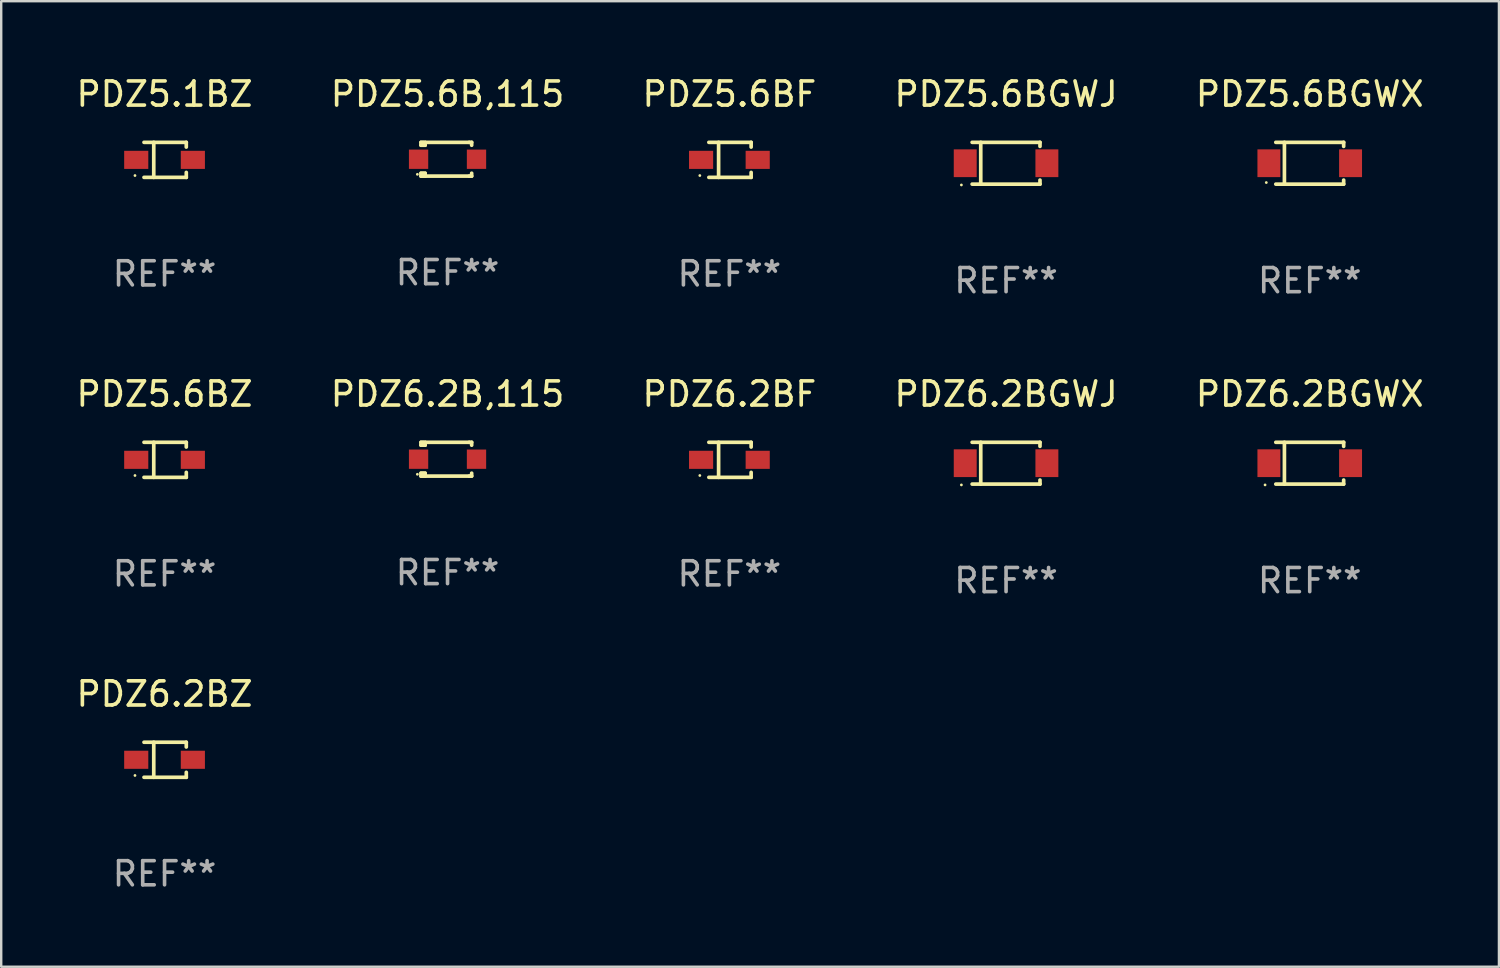
<source format=kicad_pcb>
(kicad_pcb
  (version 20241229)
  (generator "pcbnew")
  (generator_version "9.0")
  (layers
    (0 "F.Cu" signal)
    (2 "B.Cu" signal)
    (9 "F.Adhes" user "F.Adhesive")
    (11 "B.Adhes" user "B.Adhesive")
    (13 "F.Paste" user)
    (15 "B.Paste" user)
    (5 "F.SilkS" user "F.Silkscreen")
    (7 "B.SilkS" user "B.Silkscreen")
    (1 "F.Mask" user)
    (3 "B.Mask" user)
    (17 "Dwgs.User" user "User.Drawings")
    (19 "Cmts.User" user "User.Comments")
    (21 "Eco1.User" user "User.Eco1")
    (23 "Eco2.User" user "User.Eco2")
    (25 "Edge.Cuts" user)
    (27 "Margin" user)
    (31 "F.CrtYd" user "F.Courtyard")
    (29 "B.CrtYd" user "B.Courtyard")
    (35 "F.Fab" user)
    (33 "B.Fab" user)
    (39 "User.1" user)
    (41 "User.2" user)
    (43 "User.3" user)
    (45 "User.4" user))
  (footprint "PDZ5.1BZ"
    (layer "F.Cu")
    (at 3.768 3.574)
    (property "Reference" "PDZ5.1BZ" (at 0 -2.726 0) (layer "F.SilkS") (effects (font (size 1 1) (thickness 0.15))))
    (attr through_hole)
    (fp_line (start -0.851 -0.726) (end 0.901 -0.726) (stroke (width 0.152) (type solid)) (layer "F.SilkS"))
    (fp_line (start -0.851 0.726) (end 0.901 0.726) (stroke (width 0.152) (type solid)) (layer "F.SilkS"))
    (fp_line (start -0.447 -0.726) (end -0.447 0.726) (stroke (width 0.152) (type solid)) (layer "F.SilkS"))
    (fp_line (start 0.901 -0.726) (end 0.901 -0.53) (stroke (width 0.152) (type solid)) (layer "F.SilkS"))
    (fp_line (start 0.901 0.726) (end 0.901 0.52) (stroke (width 0.152) (type solid)) (layer "F.SilkS"))
    (fp_circle (center -1.225 0.65) (end -1.195 0.65) (stroke (width 0.06) (type solid)) (fill no) (layer "F.SilkS"))
    (fp_text user "REF**" (at 0 4.726 0) (layer "F.Fab") (effects (font (size 1 1) (thickness 0.15))))
    (pad "1" smd rect (at -1.173 0) (size 1 0.75) (layers "F.Cu" "F.Mask" "F.Paste"))
    (pad "2" smd rect (at 1.173 0) (size 1 0.75) (layers "F.Cu" "F.Mask" "F.Paste")))
  (footprint "PDZ5.6BF"
    (layer "F.Cu")
    (at 27.173 3.574)
    (property "Reference" "PDZ5.6BF" (at 0 -2.726 0) (layer "F.SilkS") (effects (font (size 1 1) (thickness 0.15))))
    (attr through_hole)
    (fp_line (start -0.851 -0.726) (end 0.901 -0.726) (stroke (width 0.152) (type solid)) (layer "F.SilkS"))
    (fp_line (start -0.851 0.726) (end 0.901 0.726) (stroke (width 0.152) (type solid)) (layer "F.SilkS"))
    (fp_line (start -0.447 -0.726) (end -0.447 0.726) (stroke (width 0.152) (type solid)) (layer "F.SilkS"))
    (fp_line (start 0.901 -0.726) (end 0.901 -0.53) (stroke (width 0.152) (type solid)) (layer "F.SilkS"))
    (fp_line (start 0.901 0.726) (end 0.901 0.52) (stroke (width 0.152) (type solid)) (layer "F.SilkS"))
    (fp_circle (center -1.225 0.65) (end -1.195 0.65) (stroke (width 0.06) (type solid)) (fill no) (layer "F.SilkS"))
    (fp_text user "REF**" (at 0 4.726 0) (layer "F.Fab") (effects (font (size 1 1) (thickness 0.15))))
    (pad "1" smd rect (at -1.173 0) (size 1 0.75) (layers "F.Cu" "F.Mask" "F.Paste"))
    (pad "2" smd rect (at 1.173 0) (size 1 0.75) (layers "F.Cu" "F.Mask" "F.Paste")))
  (footprint "PDZ5.6B,115"
    (layer "F.Cu")
    (at 15.494 3.548)
    (property "Reference" "PDZ5.6B,115" (at 0 -2.7 0) (layer "F.SilkS") (effects (font (size 1 1) (thickness 0.15))))
    (attr through_hole)
    (fp_line (start -1.1 -0.7) (end -1.1 -0.58) (stroke (width 0.152) (type solid)) (layer "F.SilkS"))
    (fp_line (start -1.1 0.58) (end -1.1 0.7) (stroke (width 0.152) (type solid)) (layer "F.SilkS"))
    (fp_line (start -1.1 0.58) (end -0.927 0.58) (stroke (width 0.152) (type solid)) (layer "F.SilkS"))
    (fp_line (start -1.1 0.7) (end 0.9 0.7) (stroke (width 0.152) (type solid)) (layer "F.SilkS"))
    (fp_line (start -1.014 -0.58) (end -1.014 -0.7) (stroke (width 0.152) (type solid)) (layer "F.SilkS"))
    (fp_line (start -1.014 0.7) (end -1.014 0.58) (stroke (width 0.152) (type solid)) (layer "F.SilkS"))
    (fp_line (start -0.927 -0.7) (end -0.927 -0.58) (stroke (width 0.152) (type solid)) (layer "F.SilkS"))
    (fp_line (start -0.927 -0.58) (end -1.1 -0.58) (stroke (width 0.152) (type solid)) (layer "F.SilkS"))
    (fp_line (start -0.927 0.58) (end -0.927 0.7) (stroke (width 0.152) (type solid)) (layer "F.SilkS"))
    (fp_line (start 0.9 -0.7) (end -1.1 -0.7) (stroke (width 0.152) (type solid)) (layer "F.SilkS"))
    (fp_line (start 0.9 0.7) (end 1 0.7) (stroke (width 0.152) (type solid)) (layer "F.SilkS"))
    (fp_line (start 1 -0.7) (end 0.9 -0.7) (stroke (width 0.152) (type solid)) (layer "F.SilkS"))
    (fp_line (start 1 -0.58) (end 1 -0.7) (stroke (width 0.152) (type solid)) (layer "F.SilkS"))
    (fp_line (start 1 0.7) (end 1 0.58) (stroke (width 0.152) (type solid)) (layer "F.SilkS"))
    (fp_circle (center -1.25 0.625) (end -1.22 0.625) (stroke (width 0.06) (type solid)) (fill no) (layer "F.SilkS"))
    (fp_text user "REF**" (at 0 4.7 0) (layer "F.Fab") (effects (font (size 1 1) (thickness 0.15))))
    (pad "1" smd rect (at -1.2 0) (size 0.8 0.8) (layers "F.Cu" "F.Mask" "F.Paste"))
    (pad "2" smd rect (at 1.2 0) (size 0.8 0.8) (layers "F.Cu" "F.Mask" "F.Paste")))
  (footprint "PDZ5.6BZ"
    (layer "F.Cu")
    (at 3.768 16.003)
    (property "Reference" "PDZ5.6BZ" (at 0 -2.726 0) (layer "F.SilkS") (effects (font (size 1 1) (thickness 0.15))))
    (attr through_hole)
    (fp_line (start -0.851 -0.726) (end 0.901 -0.726) (stroke (width 0.152) (type solid)) (layer "F.SilkS"))
    (fp_line (start -0.851 0.726) (end 0.901 0.726) (stroke (width 0.152) (type solid)) (layer "F.SilkS"))
    (fp_line (start -0.447 -0.726) (end -0.447 0.726) (stroke (width 0.152) (type solid)) (layer "F.SilkS"))
    (fp_line (start 0.901 -0.726) (end 0.901 -0.53) (stroke (width 0.152) (type solid)) (layer "F.SilkS"))
    (fp_line (start 0.901 0.726) (end 0.901 0.52) (stroke (width 0.152) (type solid)) (layer "F.SilkS"))
    (fp_circle (center -1.225 0.65) (end -1.195 0.65) (stroke (width 0.06) (type solid)) (fill no) (layer "F.SilkS"))
    (fp_text user "REF**" (at 0 4.726 0) (layer "F.Fab") (effects (font (size 1 1) (thickness 0.15))))
    (pad "1" smd rect (at -1.173 0) (size 1 0.75) (layers "F.Cu" "F.Mask" "F.Paste"))
    (pad "2" smd rect (at 1.173 0) (size 1 0.75) (layers "F.Cu" "F.Mask" "F.Paste")))
  (footprint "PDZ6.2BF"
    (layer "F.Cu")
    (at 27.173 16.003)
    (property "Reference" "PDZ6.2BF" (at 0 -2.726 0) (layer "F.SilkS") (effects (font (size 1 1) (thickness 0.15))))
    (attr through_hole)
    (fp_line (start -0.851 -0.726) (end 0.901 -0.726) (stroke (width 0.152) (type solid)) (layer "F.SilkS"))
    (fp_line (start -0.851 0.726) (end 0.901 0.726) (stroke (width 0.152) (type solid)) (layer "F.SilkS"))
    (fp_line (start -0.447 -0.726) (end -0.447 0.726) (stroke (width 0.152) (type solid)) (layer "F.SilkS"))
    (fp_line (start 0.901 -0.726) (end 0.901 -0.53) (stroke (width 0.152) (type solid)) (layer "F.SilkS"))
    (fp_line (start 0.901 0.726) (end 0.901 0.52) (stroke (width 0.152) (type solid)) (layer "F.SilkS"))
    (fp_circle (center -1.225 0.65) (end -1.195 0.65) (stroke (width 0.06) (type solid)) (fill no) (layer "F.SilkS"))
    (fp_text user "REF**" (at 0 4.726 0) (layer "F.Fab") (effects (font (size 1 1) (thickness 0.15))))
    (pad "1" smd rect (at -1.173 0) (size 1 0.75) (layers "F.Cu" "F.Mask" "F.Paste"))
    (pad "2" smd rect (at 1.173 0) (size 1 0.75) (layers "F.Cu" "F.Mask" "F.Paste")))
  (footprint "PDZ6.2BGWJ"
    (layer "F.Cu")
    (at 38.637 16.143)
    (property "Reference" "PDZ6.2BGWJ" (at 0 -2.866 0) (layer "F.SilkS") (effects (font (size 1 1) (thickness 0.15))))
    (attr through_hole)
    (fp_line (start -1.406 -0.866) (end 1.406 -0.866) (stroke (width 0.152) (type solid)) (layer "F.SilkS"))
    (fp_line (start -1.406 0.866) (end 1.406 0.866) (stroke (width 0.152) (type solid)) (layer "F.SilkS"))
    (fp_line (start -1.049 -0.866) (end -1.049 0.866) (stroke (width 0.152) (type solid)) (layer "F.SilkS"))
    (fp_line (start 1.406 -0.866) (end 1.406 -0.698) (stroke (width 0.152) (type solid)) (layer "F.SilkS"))
    (fp_line (start 1.406 0.866) (end 1.406 0.698) (stroke (width 0.152) (type solid)) (layer "F.SilkS"))
    (fp_circle (center -1.851 0.9) (end -1.821 0.9) (stroke (width 0.06) (type solid)) (fill no) (layer "F.SilkS"))
    (fp_text user "REF**" (at 0 4.866 0) (layer "F.Fab") (effects (font (size 1 1) (thickness 0.15))))
    (pad "1" smd rect (at -1.692 0) (size 0.95 1.15) (layers "F.Cu" "F.Mask" "F.Paste"))
    (pad "2" smd rect (at 1.692 0) (size 0.95 1.15) (layers "F.Cu" "F.Mask" "F.Paste")))
  (footprint "PDZ6.2BZ"
    (layer "F.Cu")
    (at 3.768 28.432)
    (property "Reference" "PDZ6.2BZ" (at 0 -2.726 0) (layer "F.SilkS") (effects (font (size 1 1) (thickness 0.15))))
    (attr through_hole)
    (fp_line (start -0.851 -0.726) (end 0.901 -0.726) (stroke (width 0.152) (type solid)) (layer "F.SilkS"))
    (fp_line (start -0.851 0.726) (end 0.901 0.726) (stroke (width 0.152) (type solid)) (layer "F.SilkS"))
    (fp_line (start -0.447 -0.726) (end -0.447 0.726) (stroke (width 0.152) (type solid)) (layer "F.SilkS"))
    (fp_line (start 0.901 -0.726) (end 0.901 -0.53) (stroke (width 0.152) (type solid)) (layer "F.SilkS"))
    (fp_line (start 0.901 0.726) (end 0.901 0.52) (stroke (width 0.152) (type solid)) (layer "F.SilkS"))
    (fp_circle (center -1.225 0.65) (end -1.195 0.65) (stroke (width 0.06) (type solid)) (fill no) (layer "F.SilkS"))
    (fp_text user "REF**" (at 0 4.726 0) (layer "F.Fab") (effects (font (size 1 1) (thickness 0.15))))
    (pad "1" smd rect (at -1.173 0) (size 1 0.75) (layers "F.Cu" "F.Mask" "F.Paste"))
    (pad "2" smd rect (at 1.173 0) (size 1 0.75) (layers "F.Cu" "F.Mask" "F.Paste")))
  (footprint "PDZ6.2B,115"
    (layer "F.Cu")
    (at 15.494 15.977)
    (property "Reference" "PDZ6.2B,115" (at 0 -2.7 0) (layer "F.SilkS") (effects (font (size 1 1) (thickness 0.15))))
    (attr through_hole)
    (fp_line (start -1.1 -0.7) (end -1.1 -0.58) (stroke (width 0.152) (type solid)) (layer "F.SilkS"))
    (fp_line (start -1.1 0.58) (end -1.1 0.7) (stroke (width 0.152) (type solid)) (layer "F.SilkS"))
    (fp_line (start -1.1 0.58) (end -0.927 0.58) (stroke (width 0.152) (type solid)) (layer "F.SilkS"))
    (fp_line (start -1.1 0.7) (end 0.9 0.7) (stroke (width 0.152) (type solid)) (layer "F.SilkS"))
    (fp_line (start -1.014 -0.58) (end -1.014 -0.7) (stroke (width 0.152) (type solid)) (layer "F.SilkS"))
    (fp_line (start -1.014 0.7) (end -1.014 0.58) (stroke (width 0.152) (type solid)) (layer "F.SilkS"))
    (fp_line (start -0.927 -0.7) (end -0.927 -0.58) (stroke (width 0.152) (type solid)) (layer "F.SilkS"))
    (fp_line (start -0.927 -0.58) (end -1.1 -0.58) (stroke (width 0.152) (type solid)) (layer "F.SilkS"))
    (fp_line (start -0.927 0.58) (end -0.927 0.7) (stroke (width 0.152) (type solid)) (layer "F.SilkS"))
    (fp_line (start 0.9 -0.7) (end -1.1 -0.7) (stroke (width 0.152) (type solid)) (layer "F.SilkS"))
    (fp_line (start 0.9 0.7) (end 1 0.7) (stroke (width 0.152) (type solid)) (layer "F.SilkS"))
    (fp_line (start 1 -0.7) (end 0.9 -0.7) (stroke (width 0.152) (type solid)) (layer "F.SilkS"))
    (fp_line (start 1 -0.58) (end 1 -0.7) (stroke (width 0.152) (type solid)) (layer "F.SilkS"))
    (fp_line (start 1 0.7) (end 1 0.58) (stroke (width 0.152) (type solid)) (layer "F.SilkS"))
    (fp_circle (center -1.25 0.625) (end -1.22 0.625) (stroke (width 0.06) (type solid)) (fill no) (layer "F.SilkS"))
    (fp_text user "REF**" (at 0 4.7 0) (layer "F.Fab") (effects (font (size 1 1) (thickness 0.15))))
    (pad "1" smd rect (at -1.2 0) (size 0.8 0.8) (layers "F.Cu" "F.Mask" "F.Paste"))
    (pad "2" smd rect (at 1.2 0) (size 0.8 0.8) (layers "F.Cu" "F.Mask" "F.Paste")))
  (footprint "PDZ6.2BGWX"
    (layer "F.Cu")
    (at 51.22 16.143)
    (property "Reference" "PDZ6.2BGWX" (at 0 -2.866 0) (layer "F.SilkS") (effects (font (size 1 1) (thickness 0.15))))
    (attr through_hole)
    (fp_line (start -1.406 -0.866) (end 1.406 -0.866) (stroke (width 0.152) (type solid)) (layer "F.SilkS"))
    (fp_line (start -1.406 0.866) (end 1.406 0.866) (stroke (width 0.152) (type solid)) (layer "F.SilkS"))
    (fp_line (start -1.049 -0.866) (end -1.049 0.866) (stroke (width 0.152) (type solid)) (layer "F.SilkS"))
    (fp_line (start 1.406 -0.866) (end 1.406 -0.698) (stroke (width 0.152) (type solid)) (layer "F.SilkS"))
    (fp_line (start 1.406 0.866) (end 1.406 0.698) (stroke (width 0.152) (type solid)) (layer "F.SilkS"))
    (fp_circle (center -1.851 0.9) (end -1.821 0.9) (stroke (width 0.06) (type solid)) (fill no) (layer "F.SilkS"))
    (fp_text user "REF**" (at 0 4.866 0) (layer "F.Fab") (effects (font (size 1 1) (thickness 0.15))))
    (pad "1" smd rect (at -1.692 0) (size 0.95 1.15) (layers "F.Cu" "F.Mask" "F.Paste"))
    (pad "2" smd rect (at 1.692 0) (size 0.95 1.15) (layers "F.Cu" "F.Mask" "F.Paste")))
  (footprint "PDZ5.6BGWJ"
    (layer "F.Cu")
    (at 38.637 3.714)
    (property "Reference" "PDZ5.6BGWJ" (at 0 -2.866 0) (layer "F.SilkS") (effects (font (size 1 1) (thickness 0.15))))
    (attr through_hole)
    (fp_line (start -1.406 -0.866) (end 1.406 -0.866) (stroke (width 0.152) (type solid)) (layer "F.SilkS"))
    (fp_line (start -1.406 0.866) (end 1.406 0.866) (stroke (width 0.152) (type solid)) (layer "F.SilkS"))
    (fp_line (start -1.049 -0.866) (end -1.049 0.866) (stroke (width 0.152) (type solid)) (layer "F.SilkS"))
    (fp_line (start 1.406 -0.866) (end 1.406 -0.698) (stroke (width 0.152) (type solid)) (layer "F.SilkS"))
    (fp_line (start 1.406 0.866) (end 1.406 0.698) (stroke (width 0.152) (type solid)) (layer "F.SilkS"))
    (fp_circle (center -1.851 0.9) (end -1.821 0.9) (stroke (width 0.06) (type solid)) (fill no) (layer "F.SilkS"))
    (fp_text user "REF**" (at 0 4.866 0) (layer "F.Fab") (effects (font (size 1 1) (thickness 0.15))))
    (pad "1" smd rect (at -1.692 0) (size 0.95 1.15) (layers "F.Cu" "F.Mask" "F.Paste"))
    (pad "2" smd rect (at 1.692 0) (size 0.95 1.15) (layers "F.Cu" "F.Mask" "F.Paste")))
  (footprint "PDZ5.6BGWX"
    (layer "F.Cu")
    (at 51.22 3.714)
    (property "Reference" "PDZ5.6BGWX" (at 0 -2.866 0) (layer "F.SilkS") (effects (font (size 1 1) (thickness 0.15))))
    (attr through_hole)
    (fp_line (start -1.406 -0.866) (end 1.406 -0.866) (stroke (width 0.152) (type solid)) (layer "F.SilkS"))
    (fp_line (start -1.406 0.866) (end 1.406 0.866) (stroke (width 0.152) (type solid)) (layer "F.SilkS"))
    (fp_line (start -1.049 -0.866) (end -1.049 0.866) (stroke (width 0.152) (type solid)) (layer "F.SilkS"))
    (fp_line (start 1.406 -0.866) (end 1.406 -0.698) (stroke (width 0.152) (type solid)) (layer "F.SilkS"))
    (fp_line (start 1.406 0.866) (end 1.406 0.698) (stroke (width 0.152) (type solid)) (layer "F.SilkS"))
    (fp_circle (center -1.8 0.8) (end -1.77 0.8) (stroke (width 0.06) (type solid)) (fill no) (layer "F.SilkS"))
    (fp_text user "REF**" (at 0 4.866 0) (layer "F.Fab") (effects (font (size 1 1) (thickness 0.15))))
    (pad "1" smd rect (at -1.692 0) (size 0.95 1.15) (layers "F.Cu" "F.Mask" "F.Paste"))
    (pad "2" smd rect (at 1.692 0) (size 0.95 1.15) (layers "F.Cu" "F.Mask" "F.Paste")))
  (gr_rect
    (start -3 -3)
    (end 59.06 37.007)
    (stroke (width 0.1) (type default))
    (fill no)
    (layer "Edge.Cuts")))
</source>
